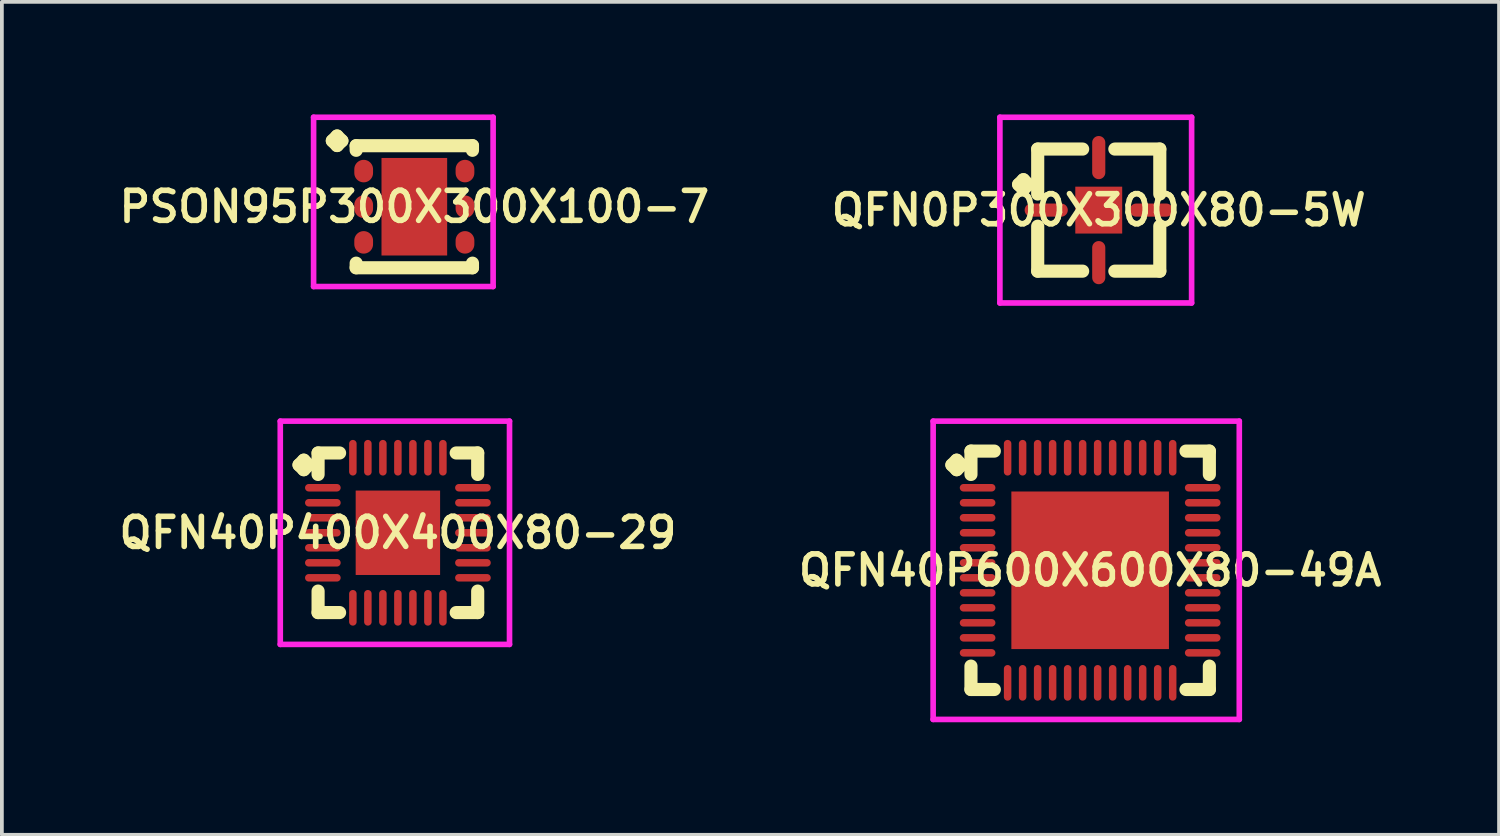
<source format=kicad_pcb>
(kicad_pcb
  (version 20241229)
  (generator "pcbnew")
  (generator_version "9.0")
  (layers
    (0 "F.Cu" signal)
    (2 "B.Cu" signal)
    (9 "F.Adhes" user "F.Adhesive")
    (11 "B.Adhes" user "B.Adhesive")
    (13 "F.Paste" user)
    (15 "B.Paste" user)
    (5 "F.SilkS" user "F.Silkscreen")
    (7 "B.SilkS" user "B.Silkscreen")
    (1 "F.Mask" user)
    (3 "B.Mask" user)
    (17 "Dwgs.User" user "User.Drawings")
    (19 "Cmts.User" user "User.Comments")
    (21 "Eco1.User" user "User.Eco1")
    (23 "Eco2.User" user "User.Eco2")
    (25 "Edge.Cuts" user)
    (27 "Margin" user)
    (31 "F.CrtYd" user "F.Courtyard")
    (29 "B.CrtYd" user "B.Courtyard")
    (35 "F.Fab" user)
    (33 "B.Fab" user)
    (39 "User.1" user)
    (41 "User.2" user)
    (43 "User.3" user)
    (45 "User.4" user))
  (footprint "PSON95P300X300X100-7"
    (layer "F.Cu")
    (at 7.993 2.46)
    (property "Reference" "PSON95P300X300X100-7" (at 0 0 0) (layer "F.SilkS") (effects (font (size 0.8 0.8) (thickness 0.15))))
    (attr smd)
    (fp_line (start -2.185 -1.758) (end -2.058 -1.885) (stroke (width 0.35) (type solid)) (layer "F.SilkS"))
    (fp_line (start -2.058 -1.885) (end -1.931 -1.758) (stroke (width 0.35) (type solid)) (layer "F.SilkS"))
    (fp_line (start -2.058 -1.631) (end -2.185 -1.758) (stroke (width 0.35) (type solid)) (layer "F.SilkS"))
    (fp_line (start -1.931 -1.758) (end -2.058 -1.631) (stroke (width 0.35) (type solid)) (layer "F.SilkS"))
    (fp_line (start -1.55 -1.627) (end 1.55 -1.627) (stroke (width 0.35) (type solid)) (layer "F.SilkS"))
    (fp_line (start -1.55 -1.504) (end -1.55 -1.627) (stroke (width 0.35) (type solid)) (layer "F.SilkS"))
    (fp_line (start -1.55 1.504) (end -1.55 1.627) (stroke (width 0.35) (type solid)) (layer "F.SilkS"))
    (fp_line (start -1.55 1.627) (end 1.55 1.627) (stroke (width 0.35) (type solid)) (layer "F.SilkS"))
    (fp_line (start 1.55 -1.627) (end 1.55 -1.504) (stroke (width 0.35) (type solid)) (layer "F.SilkS"))
    (fp_line (start 1.55 1.627) (end 1.55 1.504) (stroke (width 0.35) (type solid)) (layer "F.SilkS"))
    (fp_line (start -2.685 -2.385) (end 2.1 -2.385) (stroke (width 0.15) (type solid)) (layer "F.CrtYd"))
    (fp_line (start -2.685 2.127) (end -2.685 -2.385) (stroke (width 0.15) (type solid)) (layer "F.CrtYd"))
    (fp_line (start 2.1 -2.385) (end 2.1 2.127) (stroke (width 0.15) (type solid)) (layer "F.CrtYd"))
    (fp_line (start 2.1 2.127) (end -2.685 2.127) (stroke (width 0.15) (type solid)) (layer "F.CrtYd"))
    (pad "1" smd oval (at -1.35 -0.95) (size 0.5 0.6) (layers "F.Cu" "F.Mask" "F.Paste"))
    (pad "2" smd oval (at -1.35 0) (size 0.5 0.6) (layers "F.Cu" "F.Mask" "F.Paste"))
    (pad "3" smd oval (at -1.35 0.95) (size 0.5 0.6) (layers "F.Cu" "F.Mask" "F.Paste"))
    (pad "4" smd oval (at 1.35 0.95) (size 0.5 0.6) (layers "F.Cu" "F.Mask" "F.Paste"))
    (pad "5" smd oval (at 1.35 0) (size 0.5 0.6) (layers "F.Cu" "F.Mask" "F.Paste"))
    (pad "6" smd oval (at 1.35 -0.95) (size 0.5 0.6) (layers "F.Cu" "F.Mask" "F.Paste"))
    (pad "7" smd rect (at 0 0) (size 1.75 2.6) (layers "F.Cu" "F.Mask" "F.Paste")))
  (footprint "QFN0P300X300X80-5W"
    (layer "F.Cu")
    (at 26.235 2.55)
    (property "Reference" "QFN0P300X300X80-5W" (at 0 0 0) (layer "F.SilkS") (effects (font (size 0.8 0.8) (thickness 0.15))))
    (attr smd)
    (fp_line (start -2.135 -0.683) (end -2.008 -0.81) (stroke (width 0.35) (type solid)) (layer "F.SilkS"))
    (fp_line (start -2.008 -0.81) (end -1.881 -0.683) (stroke (width 0.35) (type solid)) (layer "F.SilkS"))
    (fp_line (start -2.008 -0.556) (end -2.135 -0.683) (stroke (width 0.35) (type solid)) (layer "F.SilkS"))
    (fp_line (start -1.881 -0.683) (end -2.008 -0.556) (stroke (width 0.35) (type solid)) (layer "F.SilkS"))
    (fp_line (start -1.627 -1.627) (end -0.429 -1.627) (stroke (width 0.35) (type solid)) (layer "F.SilkS"))
    (fp_line (start -1.627 -0.429) (end -1.627 -1.627) (stroke (width 0.35) (type solid)) (layer "F.SilkS"))
    (fp_line (start -1.627 0.429) (end -1.627 1.627) (stroke (width 0.35) (type solid)) (layer "F.SilkS"))
    (fp_line (start -1.627 1.627) (end -0.429 1.627) (stroke (width 0.35) (type solid)) (layer "F.SilkS"))
    (fp_line (start 0.429 -1.627) (end 1.627 -1.627) (stroke (width 0.35) (type solid)) (layer "F.SilkS"))
    (fp_line (start 0.429 1.627) (end 1.627 1.627) (stroke (width 0.35) (type solid)) (layer "F.SilkS"))
    (fp_line (start 1.627 -1.627) (end 1.627 -0.429) (stroke (width 0.35) (type solid)) (layer "F.SilkS"))
    (fp_line (start 1.627 1.627) (end 1.627 0.429) (stroke (width 0.35) (type solid)) (layer "F.SilkS"))
    (fp_line (start -2.635 -2.475) (end 2.475 -2.475) (stroke (width 0.15) (type solid)) (layer "F.CrtYd"))
    (fp_line (start -2.635 2.475) (end -2.635 -2.475) (stroke (width 0.15) (type solid)) (layer "F.CrtYd"))
    (fp_line (start 2.475 -2.475) (end 2.475 2.475) (stroke (width 0.15) (type solid)) (layer "F.CrtYd"))
    (fp_line (start 2.475 2.475) (end -2.635 2.475) (stroke (width 0.15) (type solid)) (layer "F.CrtYd"))
    (pad "1" smd oval (at -1.4 0) (size 1.15 0.35) (layers "F.Cu" "F.Mask" "F.Paste"))
    (pad "2" smd oval (at 0 1.4) (size 0.35 1.15) (layers "F.Cu" "F.Mask" "F.Paste"))
    (pad "3" smd oval (at 1.4 0) (size 1.15 0.35) (layers "F.Cu" "F.Mask" "F.Paste"))
    (pad "4" smd oval (at 0 -1.4) (size 0.35 1.15) (layers "F.Cu" "F.Mask" "F.Paste"))
    (pad "5" smd rect (at 0 0) (size 1.25 1.25) (layers "F.Cu" "F.Mask" "F.Paste")))
  (footprint "QFN40P400X400X80-29"
    (layer "F.Cu")
    (at 7.555 11.15)
    (property "Reference" "QFN40P400X400X80-29" (at 0 0 0) (layer "F.SilkS") (effects (font (size 0.8 0.8) (thickness 0.15))))
    (attr smd)
    (fp_line (start -2.635 -1.808) (end -2.508 -1.935) (stroke (width 0.35) (type solid)) (layer "F.SilkS"))
    (fp_line (start -2.508 -1.935) (end -2.381 -1.808) (stroke (width 0.35) (type solid)) (layer "F.SilkS"))
    (fp_line (start -2.508 -1.681) (end -2.635 -1.808) (stroke (width 0.35) (type solid)) (layer "F.SilkS"))
    (fp_line (start -2.381 -1.808) (end -2.508 -1.681) (stroke (width 0.35) (type solid)) (layer "F.SilkS"))
    (fp_line (start -2.127 -2.127) (end -1.554 -2.127) (stroke (width 0.35) (type solid)) (layer "F.SilkS"))
    (fp_line (start -2.127 -1.554) (end -2.127 -2.127) (stroke (width 0.35) (type solid)) (layer "F.SilkS"))
    (fp_line (start -2.127 1.554) (end -2.127 2.127) (stroke (width 0.35) (type solid)) (layer "F.SilkS"))
    (fp_line (start -2.127 2.127) (end -1.554 2.127) (stroke (width 0.35) (type solid)) (layer "F.SilkS"))
    (fp_line (start 1.554 -2.127) (end 2.127 -2.127) (stroke (width 0.35) (type solid)) (layer "F.SilkS"))
    (fp_line (start 1.554 2.127) (end 2.127 2.127) (stroke (width 0.35) (type solid)) (layer "F.SilkS"))
    (fp_line (start 2.127 -2.127) (end 2.127 -1.554) (stroke (width 0.35) (type solid)) (layer "F.SilkS"))
    (fp_line (start 2.127 2.127) (end 2.127 1.554) (stroke (width 0.35) (type solid)) (layer "F.SilkS"))
    (fp_line (start -3.135 -2.975) (end 2.975 -2.975) (stroke (width 0.15) (type solid)) (layer "F.CrtYd"))
    (fp_line (start -3.135 2.975) (end -3.135 -2.975) (stroke (width 0.15) (type solid)) (layer "F.CrtYd"))
    (fp_line (start 2.975 -2.975) (end 2.975 2.975) (stroke (width 0.15) (type solid)) (layer "F.CrtYd"))
    (fp_line (start 2.975 2.975) (end -3.135 2.975) (stroke (width 0.15) (type solid)) (layer "F.CrtYd"))
    (pad "1" smd oval (at -2 -1.2) (size 0.95 0.2) (layers "F.Cu" "F.Mask" "F.Paste"))
    (pad "2" smd oval (at -2 -0.8) (size 0.95 0.2) (layers "F.Cu" "F.Mask" "F.Paste"))
    (pad "3" smd oval (at -2 -0.4) (size 0.95 0.2) (layers "F.Cu" "F.Mask" "F.Paste"))
    (pad "4" smd oval (at -2 0) (size 0.95 0.2) (layers "F.Cu" "F.Mask" "F.Paste"))
    (pad "5" smd oval (at -2 0.4) (size 0.95 0.2) (layers "F.Cu" "F.Mask" "F.Paste"))
    (pad "6" smd oval (at -2 0.8) (size 0.95 0.2) (layers "F.Cu" "F.Mask" "F.Paste"))
    (pad "7" smd oval (at -2 1.2) (size 0.95 0.2) (layers "F.Cu" "F.Mask" "F.Paste"))
    (pad "8" smd oval (at -1.2 2) (size 0.2 0.95) (layers "F.Cu" "F.Mask" "F.Paste"))
    (pad "9" smd oval (at -0.8 2) (size 0.2 0.95) (layers "F.Cu" "F.Mask" "F.Paste"))
    (pad "10" smd oval (at -0.4 2) (size 0.2 0.95) (layers "F.Cu" "F.Mask" "F.Paste"))
    (pad "11" smd oval (at 0 2) (size 0.2 0.95) (layers "F.Cu" "F.Mask" "F.Paste"))
    (pad "12" smd oval (at 0.4 2) (size 0.2 0.95) (layers "F.Cu" "F.Mask" "F.Paste"))
    (pad "13" smd oval (at 0.8 2) (size 0.2 0.95) (layers "F.Cu" "F.Mask" "F.Paste"))
    (pad "14" smd oval (at 1.2 2) (size 0.2 0.95) (layers "F.Cu" "F.Mask" "F.Paste"))
    (pad "15" smd oval (at 2 1.2) (size 0.95 0.2) (layers "F.Cu" "F.Mask" "F.Paste"))
    (pad "16" smd oval (at 2 0.8) (size 0.95 0.2) (layers "F.Cu" "F.Mask" "F.Paste"))
    (pad "17" smd oval (at 2 0.4) (size 0.95 0.2) (layers "F.Cu" "F.Mask" "F.Paste"))
    (pad "18" smd oval (at 2 0) (size 0.95 0.2) (layers "F.Cu" "F.Mask" "F.Paste"))
    (pad "19" smd oval (at 2 -0.4) (size 0.95 0.2) (layers "F.Cu" "F.Mask" "F.Paste"))
    (pad "20" smd oval (at 2 -0.8) (size 0.95 0.2) (layers "F.Cu" "F.Mask" "F.Paste"))
    (pad "21" smd oval (at 2 -1.2) (size 0.95 0.2) (layers "F.Cu" "F.Mask" "F.Paste"))
    (pad "22" smd oval (at 1.2 -2) (size 0.2 0.95) (layers "F.Cu" "F.Mask" "F.Paste"))
    (pad "23" smd oval (at 0.8 -2) (size 0.2 0.95) (layers "F.Cu" "F.Mask" "F.Paste"))
    (pad "24" smd oval (at 0.4 -2) (size 0.2 0.95) (layers "F.Cu" "F.Mask" "F.Paste"))
    (pad "25" smd oval (at 0 -2) (size 0.2 0.95) (layers "F.Cu" "F.Mask" "F.Paste"))
    (pad "26" smd oval (at -0.4 -2) (size 0.2 0.95) (layers "F.Cu" "F.Mask" "F.Paste"))
    (pad "27" smd oval (at -0.8 -2) (size 0.2 0.95) (layers "F.Cu" "F.Mask" "F.Paste"))
    (pad "28" smd oval (at -1.2 -2) (size 0.2 0.95) (layers "F.Cu" "F.Mask" "F.Paste"))
    (pad "29" smd rect (at 0 0) (size 2.25 2.25) (layers "F.Cu" "F.Mask" "F.Paste")))
  (footprint "QFN40P600X600X80-49A"
    (layer "F.Cu")
    (at 26.006 12.15)
    (property "Reference" "QFN40P600X600X80-49A" (at 0 0 0) (layer "F.SilkS") (effects (font (size 0.8 0.8) (thickness 0.15))))
    (attr smd)
    (fp_line (start -3.685 -2.808) (end -3.558 -2.935) (stroke (width 0.35) (type solid)) (layer "F.SilkS"))
    (fp_line (start -3.558 -2.935) (end -3.431 -2.808) (stroke (width 0.35) (type solid)) (layer "F.SilkS"))
    (fp_line (start -3.558 -2.681) (end -3.685 -2.808) (stroke (width 0.35) (type solid)) (layer "F.SilkS"))
    (fp_line (start -3.431 -2.808) (end -3.558 -2.681) (stroke (width 0.35) (type solid)) (layer "F.SilkS"))
    (fp_line (start -3.177 -3.177) (end -2.554 -3.177) (stroke (width 0.35) (type solid)) (layer "F.SilkS"))
    (fp_line (start -3.177 -2.554) (end -3.177 -3.177) (stroke (width 0.35) (type solid)) (layer "F.SilkS"))
    (fp_line (start -3.177 2.554) (end -3.177 3.177) (stroke (width 0.35) (type solid)) (layer "F.SilkS"))
    (fp_line (start -3.177 3.177) (end -2.554 3.177) (stroke (width 0.35) (type solid)) (layer "F.SilkS"))
    (fp_line (start 2.554 -3.177) (end 3.177 -3.177) (stroke (width 0.35) (type solid)) (layer "F.SilkS"))
    (fp_line (start 2.554 3.177) (end 3.177 3.177) (stroke (width 0.35) (type solid)) (layer "F.SilkS"))
    (fp_line (start 3.177 -3.177) (end 3.177 -2.554) (stroke (width 0.35) (type solid)) (layer "F.SilkS"))
    (fp_line (start 3.177 3.177) (end 3.177 2.554) (stroke (width 0.35) (type solid)) (layer "F.SilkS"))
    (fp_line (start -4.185 -3.975) (end 3.975 -3.975) (stroke (width 0.15) (type solid)) (layer "F.CrtYd"))
    (fp_line (start -4.185 3.975) (end -4.185 -3.975) (stroke (width 0.15) (type solid)) (layer "F.CrtYd"))
    (fp_line (start 3.975 -3.975) (end 3.975 3.975) (stroke (width 0.15) (type solid)) (layer "F.CrtYd"))
    (fp_line (start 3.975 3.975) (end -4.185 3.975) (stroke (width 0.15) (type solid)) (layer "F.CrtYd"))
    (pad "1" smd oval (at -3 -2.2) (size 0.95 0.2) (layers "F.Cu" "F.Mask" "F.Paste"))
    (pad "2" smd oval (at -3 -1.8) (size 0.95 0.2) (layers "F.Cu" "F.Mask" "F.Paste"))
    (pad "3" smd oval (at -3 -1.4) (size 0.95 0.2) (layers "F.Cu" "F.Mask" "F.Paste"))
    (pad "4" smd oval (at -3 -1) (size 0.95 0.2) (layers "F.Cu" "F.Mask" "F.Paste"))
    (pad "5" smd oval (at -3 -0.6) (size 0.95 0.2) (layers "F.Cu" "F.Mask" "F.Paste"))
    (pad "6" smd oval (at -3 -0.2) (size 0.95 0.2) (layers "F.Cu" "F.Mask" "F.Paste"))
    (pad "7" smd oval (at -3 0.2) (size 0.95 0.2) (layers "F.Cu" "F.Mask" "F.Paste"))
    (pad "8" smd oval (at -3 0.6) (size 0.95 0.2) (layers "F.Cu" "F.Mask" "F.Paste"))
    (pad "9" smd oval (at -3 1) (size 0.95 0.2) (layers "F.Cu" "F.Mask" "F.Paste"))
    (pad "10" smd oval (at -3 1.4) (size 0.95 0.2) (layers "F.Cu" "F.Mask" "F.Paste"))
    (pad "11" smd oval (at -3 1.8) (size 0.95 0.2) (layers "F.Cu" "F.Mask" "F.Paste"))
    (pad "12" smd oval (at -3 2.2) (size 0.95 0.2) (layers "F.Cu" "F.Mask" "F.Paste"))
    (pad "13" smd oval (at -2.2 3) (size 0.2 0.95) (layers "F.Cu" "F.Mask" "F.Paste"))
    (pad "14" smd oval (at -1.8 3) (size 0.2 0.95) (layers "F.Cu" "F.Mask" "F.Paste"))
    (pad "15" smd oval (at -1.4 3) (size 0.2 0.95) (layers "F.Cu" "F.Mask" "F.Paste"))
    (pad "16" smd oval (at -1 3) (size 0.2 0.95) (layers "F.Cu" "F.Mask" "F.Paste"))
    (pad "17" smd oval (at -0.6 3) (size 0.2 0.95) (layers "F.Cu" "F.Mask" "F.Paste"))
    (pad "18" smd oval (at -0.2 3) (size 0.2 0.95) (layers "F.Cu" "F.Mask" "F.Paste"))
    (pad "19" smd oval (at 0.2 3) (size 0.2 0.95) (layers "F.Cu" "F.Mask" "F.Paste"))
    (pad "20" smd oval (at 0.6 3) (size 0.2 0.95) (layers "F.Cu" "F.Mask" "F.Paste"))
    (pad "21" smd oval (at 1 3) (size 0.2 0.95) (layers "F.Cu" "F.Mask" "F.Paste"))
    (pad "22" smd oval (at 1.4 3) (size 0.2 0.95) (layers "F.Cu" "F.Mask" "F.Paste"))
    (pad "23" smd oval (at 1.8 3) (size 0.2 0.95) (layers "F.Cu" "F.Mask" "F.Paste"))
    (pad "24" smd oval (at 2.2 3) (size 0.2 0.95) (layers "F.Cu" "F.Mask" "F.Paste"))
    (pad "25" smd oval (at 3 2.2) (size 0.95 0.2) (layers "F.Cu" "F.Mask" "F.Paste"))
    (pad "26" smd oval (at 3 1.8) (size 0.95 0.2) (layers "F.Cu" "F.Mask" "F.Paste"))
    (pad "27" smd oval (at 3 1.4) (size 0.95 0.2) (layers "F.Cu" "F.Mask" "F.Paste"))
    (pad "28" smd oval (at 3 1) (size 0.95 0.2) (layers "F.Cu" "F.Mask" "F.Paste"))
    (pad "29" smd oval (at 3 0.6) (size 0.95 0.2) (layers "F.Cu" "F.Mask" "F.Paste"))
    (pad "30" smd oval (at 3 0.2) (size 0.95 0.2) (layers "F.Cu" "F.Mask" "F.Paste"))
    (pad "31" smd oval (at 3 -0.2) (size 0.95 0.2) (layers "F.Cu" "F.Mask" "F.Paste"))
    (pad "32" smd oval (at 3 -0.6) (size 0.95 0.2) (layers "F.Cu" "F.Mask" "F.Paste"))
    (pad "33" smd oval (at 3 -1) (size 0.95 0.2) (layers "F.Cu" "F.Mask" "F.Paste"))
    (pad "34" smd oval (at 3 -1.4) (size 0.95 0.2) (layers "F.Cu" "F.Mask" "F.Paste"))
    (pad "35" smd oval (at 3 -1.8) (size 0.95 0.2) (layers "F.Cu" "F.Mask" "F.Paste"))
    (pad "36" smd oval (at 3 -2.2) (size 0.95 0.2) (layers "F.Cu" "F.Mask" "F.Paste"))
    (pad "37" smd oval (at 2.2 -3) (size 0.2 0.95) (layers "F.Cu" "F.Mask" "F.Paste"))
    (pad "38" smd oval (at 1.8 -3) (size 0.2 0.95) (layers "F.Cu" "F.Mask" "F.Paste"))
    (pad "39" smd oval (at 1.4 -3) (size 0.2 0.95) (layers "F.Cu" "F.Mask" "F.Paste"))
    (pad "40" smd oval (at 1 -3) (size 0.2 0.95) (layers "F.Cu" "F.Mask" "F.Paste"))
    (pad "41" smd oval (at 0.6 -3) (size 0.2 0.95) (layers "F.Cu" "F.Mask" "F.Paste"))
    (pad "42" smd oval (at 0.2 -3) (size 0.2 0.95) (layers "F.Cu" "F.Mask" "F.Paste"))
    (pad "43" smd oval (at -0.2 -3) (size 0.2 0.95) (layers "F.Cu" "F.Mask" "F.Paste"))
    (pad "44" smd oval (at -0.6 -3) (size 0.2 0.95) (layers "F.Cu" "F.Mask" "F.Paste"))
    (pad "45" smd oval (at -1 -3) (size 0.2 0.95) (layers "F.Cu" "F.Mask" "F.Paste"))
    (pad "46" smd oval (at -1.4 -3) (size 0.2 0.95) (layers "F.Cu" "F.Mask" "F.Paste"))
    (pad "47" smd oval (at -1.8 -3) (size 0.2 0.95) (layers "F.Cu" "F.Mask" "F.Paste"))
    (pad "48" smd oval (at -2.2 -3) (size 0.2 0.95) (layers "F.Cu" "F.Mask" "F.Paste"))
    (pad "49" smd rect (at 0 0) (size 4.2 4.2) (layers "F.Cu" "F.Mask" "F.Paste")))
  (gr_rect
    (start -3 -3)
    (end 36.904 19.2)
    (stroke (width 0.1) (type default))
    (fill no)
    (layer "Edge.Cuts")))
</source>
